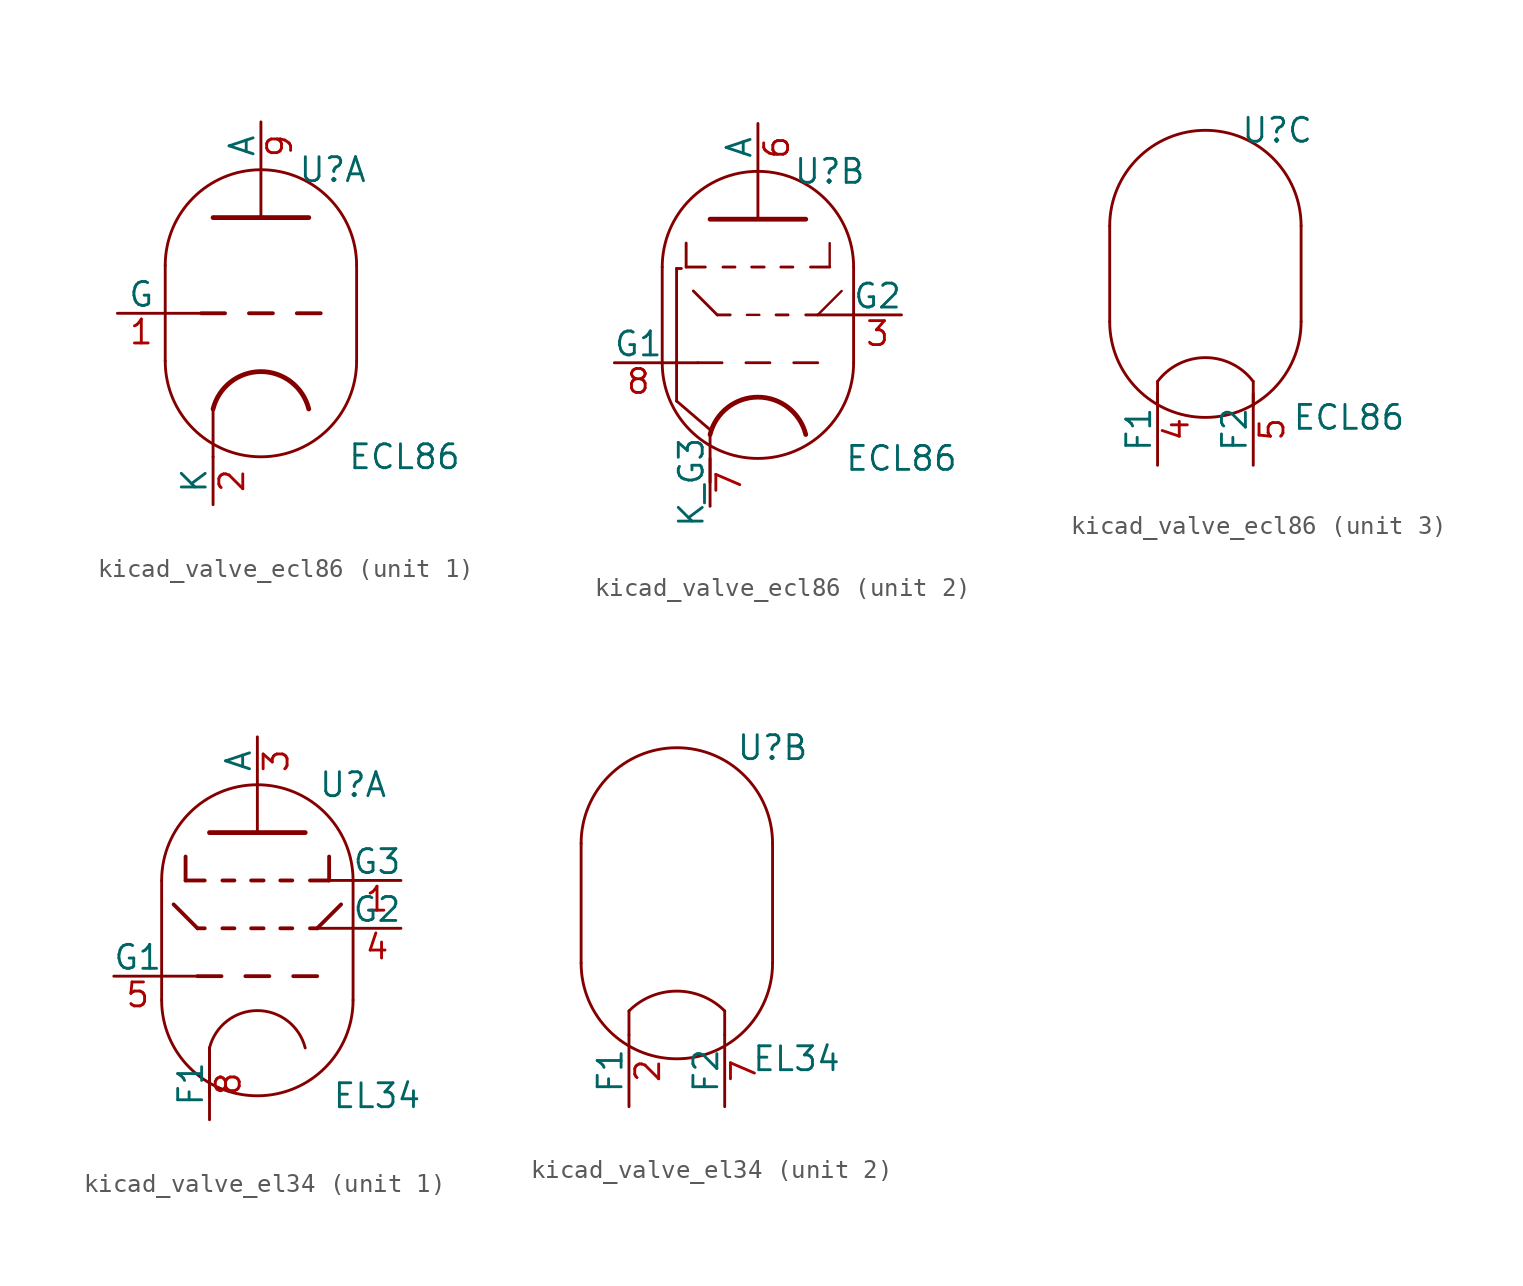
<source format=kicad_sym>
(kicad_symbol_lib
  (version 20220914)
  (generator kicad_symbol_editor)
  (symbol "kicad_valve_ecl86"
    (pin_names
      (offset 0))
    (property "Reference" "U"
      (at 3.81 7.62 0)
      (effects (font (size 1.27 1.27))))
    (property "Value" "ECL86"
      (at 7.62 -7.62 0)
      (effects (font (size 1.27 1.27))))
    (property "ki_locked" ""
      (at 0 0 0)
      (effects (font (size 1.27 1.27))))
    (symbol "kicad_valve_ecl86_0_1"
      (arc (start -5.08 -2.54) (mid 0 -7.5979) (end 5.08 -2.54) (stroke (width 0) (type default)) (fill (type none)))
      (polyline (pts (xy 5.08 2.54) (xy 5.08 -2.54)) (stroke (width 0) (type default)) (fill (type none)))
      (polyline (pts (xy -5.08 2.54) (xy -5.08 -2.54) (xy -5.08 -2.54) (xy -5.08 -2.54) (xy -5.08 -2.54)) (stroke (width 0) (type default)) (fill (type none)))
      (arc (start 5.08 2.54) (mid 0 7.5979) (end -5.08 2.54) (stroke (width 0) (type default)) (fill (type none))))
    (symbol "kicad_valve_ecl86_1_1"
      (polyline (pts (xy -5.08 0) (xy -3.175 0)) (stroke (width 0) (type default)) (fill (type none)))
      (polyline (pts (xy -2.54 -5.08) (xy -2.54 -7.62)) (stroke (width 0) (type default)) (fill (type none)))
      (polyline (pts (xy -1.905 0) (xy -3.175 0)) (stroke (width 0.203) (type default)) (fill (type none)))
      (polyline (pts (xy -0.635 0) (xy 0.635 0)) (stroke (width 0.203) (type default)) (fill (type none)))
      (polyline (pts (xy 0 5.08) (xy 0 7.62)) (stroke (width 0) (type default)) (fill (type none)))
      (polyline (pts (xy 1.905 0) (xy 3.175 0)) (stroke (width 0.203) (type default)) (fill (type none)))
      (polyline (pts (xy -2.54 5.08) (xy 2.54 5.08) (xy 2.54 5.08)) (stroke (width 0.254) (type default)) (fill (type none)))
      (arc (start 2.54 -5.08) (mid 0 -3.0968) (end -2.54 -5.08) (stroke (width 0.254) (type default)) (fill (type none)))
      (pin input line (at -7.62 0 0) (length 2.54) (name "G" (effects (font (size 1.27 1.27)))) (number "1" (effects (font (size 1.27 1.27)))))
      (pin bidirectional line (at -2.54 -10.16 90) (length 2.54) (name "K" (effects (font (size 1.27 1.27)))) (number "2" (effects (font (size 1.27 1.27)))))
      (pin output line (at 0 10.16 270) (length 2.54) (name "A" (effects (font (size 1.27 1.27)))) (number "9" (effects (font (size 1.27 1.27))))))
    (symbol "kicad_valve_ecl86_2_0"
      (polyline (pts (xy -2.54 -6.35) (xy -2.54 -8.89)) (stroke (width 0) (type default)) (fill (type none)))
      (polyline (pts (xy -0.635 -2.54) (xy 0.635 -2.54)) (stroke (width 0.152) (type default)) (fill (type none)))
      (polyline (pts (xy 3.175 0) (xy 5.08 0)) (stroke (width 0) (type default)) (fill (type none))))
    (symbol "kicad_valve_ecl86_2_1"
      (polyline (pts (xy -5.08 -2.54) (xy -3.175 -2.54)) (stroke (width 0) (type default)) (fill (type none)))
      (polyline (pts (xy -4.318 -4.572) (xy -4.318 2.464)) (stroke (width 0.152) (type default)) (fill (type none)))
      (polyline (pts (xy -4.318 -4.572) (xy -2.54 -6.096)) (stroke (width 0.152) (type default)) (fill (type none)))
      (polyline (pts (xy -4.064 2.464) (xy -4.318 2.464)) (stroke (width 0.152) (type default)) (fill (type none)))
      (polyline (pts (xy -3.81 2.54) (xy -2.794 2.54)) (stroke (width 0.152) (type default)) (fill (type none)))
      (polyline (pts (xy -3.81 3.81) (xy -3.81 2.54)) (stroke (width 0.152) (type default)) (fill (type none)))
      (polyline (pts (xy -3.429 1.27) (xy -2.159 0)) (stroke (width 0.152) (type default)) (fill (type none)))
      (polyline (pts (xy -2.159 0) (xy -1.473 0)) (stroke (width 0.152) (type default)) (fill (type none)))
      (polyline (pts (xy -1.905 -2.54) (xy -3.175 -2.54)) (stroke (width 0.152) (type default)) (fill (type none)))
      (polyline (pts (xy -1.854 2.54) (xy -1.219 2.54)) (stroke (width 0.152) (type default)) (fill (type none)))
      (polyline (pts (xy -0.584 0) (xy 0.076 0)) (stroke (width 0.127) (type default)) (fill (type none)))
      (polyline (pts (xy -0.33 2.54) (xy 0.33 2.54)) (stroke (width 0.152) (type default)) (fill (type none)))
      (polyline (pts (xy 0 5.08) (xy 0 7.62)) (stroke (width 0) (type default)) (fill (type none)))
      (polyline (pts (xy 0.965 0) (xy 1.6 0)) (stroke (width 0.152) (type default)) (fill (type none)))
      (polyline (pts (xy 1.219 2.54) (xy 1.854 2.54)) (stroke (width 0.152) (type default)) (fill (type none)))
      (polyline (pts (xy 1.905 -2.54) (xy 3.175 -2.54)) (stroke (width 0.152) (type default)) (fill (type none)))
      (polyline (pts (xy 2.54 0) (xy 3.175 0)) (stroke (width 0.152) (type default)) (fill (type none)))
      (polyline (pts (xy 3.81 2.54) (xy 2.794 2.54)) (stroke (width 0.152) (type default)) (fill (type none)))
      (polyline (pts (xy 3.81 3.81) (xy 3.81 2.54)) (stroke (width 0.127) (type default)) (fill (type none)))
      (polyline (pts (xy 4.445 1.27) (xy 3.175 0)) (stroke (width 0.127) (type default)) (fill (type none)))
      (polyline (pts (xy -2.54 5.08) (xy 2.54 5.08) (xy 2.54 5.08)) (stroke (width 0.254) (type default)) (fill (type none)))
      (arc (start 2.54 -6.35) (mid 0 -4.3668) (end -2.54 -6.35) (stroke (width 0.254) (type default)) (fill (type none)))
      (pin input line (at 7.62 0 180) (length 2.54) (name "G2" (effects (font (size 1.27 1.27)))) (number "3" (effects (font (size 1.27 1.27)))))
      (pin output line (at 0 10.16 270) (length 2.54) (name "A" (effects (font (size 1.27 1.27)))) (number "6" (effects (font (size 1.27 1.27)))))
      (pin bidirectional line (at -2.54 -10.16 90) (length 2.54) (name "K_G3" (effects (font (size 1.27 1.27)))) (number "7" (effects (font (size 1.27 1.27)))))
      (pin input line (at -7.62 -2.54 0) (length 2.54) (name "G1" (effects (font (size 1.27 1.27)))) (number "8" (effects (font (size 1.27 1.27))))))
    (symbol "kicad_valve_ecl86_3_1"
      (polyline (pts (xy -2.54 -6.985) (xy -2.54 -5.715) (xy -2.54 -5.715)) (stroke (width 0) (type default)) (fill (type none)))
      (polyline (pts (xy 2.54 -6.985) (xy 2.54 -5.715) (xy 2.54 -5.715)) (stroke (width 0) (type default)) (fill (type none)))
      (arc (start 2.54 -5.715) (mid 0 -4.445) (end -2.54 -5.715) (stroke (width 0) (type default)) (fill (type none)))
      (pin power_in line (at -2.54 -10.16 90) (length 3.81) (name "F1" (effects (font (size 1.27 1.27)))) (number "4" (effects (font (size 1.27 1.27)))))
      (pin power_in line (at 2.54 -10.16 90) (length 3.81) (name "F2" (effects (font (size 1.27 1.27)))) (number "5" (effects (font (size 1.27 1.27)))))))
  (symbol "kicad_valve_el34"
    (pin_names
      (offset 0))
    (property "Reference" "U"
      (at 5.08 8.89 0)
      (effects (font (size 1.27 1.27))))
    (property "Value" "EL34"
      (at 6.35 -7.62 0)
      (effects (font (size 1.27 1.27))))
    (property "ki_locked" ""
      (at 0 0 0)
      (effects (font (size 1.27 1.27))))
    (symbol "kicad_valve_el34_0_1"
      (arc (start -5.08 -2.54) (mid 0 -7.5979) (end 5.08 -2.54) (stroke (width 0) (type default)) (fill (type none)))
      (polyline (pts (xy -5.08 3.81) (xy -5.08 -2.54) (xy -5.08 -2.54)) (stroke (width 0) (type default)) (fill (type none)))
      (polyline (pts (xy 5.08 3.81) (xy 5.08 -2.54) (xy 5.08 -2.54)) (stroke (width 0) (type default)) (fill (type none)))
      (arc (start 5.08 3.81) (mid 0 8.8679) (end -5.08 3.81) (stroke (width 0) (type default)) (fill (type none))))
    (symbol "kicad_valve_el34_1_0"
      (polyline (pts (xy -2.54 -5.08) (xy -2.54 -7.62)) (stroke (width 0) (type default)) (fill (type none))))
    (symbol "kicad_valve_el34_1_1"
      (polyline (pts (xy -5.08 -1.27) (xy -3.175 -1.27)) (stroke (width 0) (type default)) (fill (type none)))
      (polyline (pts (xy -4.445 2.54) (xy -3.175 1.27)) (stroke (width 0.203) (type default)) (fill (type none)))
      (polyline (pts (xy -3.81 3.81) (xy -2.794 3.81)) (stroke (width 0.203) (type default)) (fill (type none)))
      (polyline (pts (xy -3.81 5.08) (xy -3.81 3.81)) (stroke (width 0.203) (type default)) (fill (type none)))
      (polyline (pts (xy -3.175 1.27) (xy -2.794 1.27)) (stroke (width 0.203) (type default)) (fill (type none)))
      (polyline (pts (xy -1.905 -1.27) (xy -3.175 -1.27)) (stroke (width 0.203) (type default)) (fill (type none)))
      (polyline (pts (xy -1.854 1.27) (xy -1.219 1.27)) (stroke (width 0.203) (type default)) (fill (type none)))
      (polyline (pts (xy -1.854 3.81) (xy -1.219 3.81)) (stroke (width 0.203) (type default)) (fill (type none)))
      (polyline (pts (xy -0.635 -1.27) (xy 0.635 -1.27)) (stroke (width 0.203) (type default)) (fill (type none)))
      (polyline (pts (xy -0.33 1.27) (xy 0.33 1.27)) (stroke (width 0.203) (type default)) (fill (type none)))
      (polyline (pts (xy -0.33 3.81) (xy 0.33 3.81)) (stroke (width 0.203) (type default)) (fill (type none)))
      (polyline (pts (xy 0 6.35) (xy 0 8.89)) (stroke (width 0) (type default)) (fill (type none)))
      (polyline (pts (xy 1.219 1.27) (xy 1.854 1.27)) (stroke (width 0.203) (type default)) (fill (type none)))
      (polyline (pts (xy 1.219 3.81) (xy 1.854 3.81)) (stroke (width 0.203) (type default)) (fill (type none)))
      (polyline (pts (xy 1.905 -1.27) (xy 3.175 -1.27)) (stroke (width 0.203) (type default)) (fill (type none)))
      (polyline (pts (xy 2.794 1.27) (xy 3.175 1.27)) (stroke (width 0.203) (type default)) (fill (type none)))
      (polyline (pts (xy 3.175 1.27) (xy 5.08 1.27)) (stroke (width 0) (type default)) (fill (type none)))
      (polyline (pts (xy 3.81 3.81) (xy 2.794 3.81)) (stroke (width 0.203) (type default)) (fill (type none)))
      (polyline (pts (xy 3.81 5.08) (xy 3.81 3.81)) (stroke (width 0.203) (type default)) (fill (type none)))
      (polyline (pts (xy 3.886 3.81) (xy 5.08 3.81)) (stroke (width 0) (type default)) (fill (type none)))
      (polyline (pts (xy 4.445 2.54) (xy 3.175 1.27)) (stroke (width 0.203) (type default)) (fill (type none)))
      (polyline (pts (xy -2.54 6.35) (xy 2.54 6.35) (xy 2.54 6.35) (xy 2.54 6.35)) (stroke (width 0.254) (type default)) (fill (type none)))
      (arc (start 2.54 -5.08) (mid 0 -3.0968) (end -2.54 -5.08) (stroke (width 0) (type default)) (fill (type none)))
      (pin input line (at 7.62 3.81 180) (length 2.54) (name "G3" (effects (font (size 1.27 1.27)))) (number "1" (effects (font (size 1.27 1.27)))))
      (pin output line (at 0 11.43 270) (length 2.54) (name "A" (effects (font (size 1.27 1.27)))) (number "3" (effects (font (size 1.27 1.27)))))
      (pin input line (at 7.62 1.27 180) (length 2.54) (name "G2" (effects (font (size 1.27 1.27)))) (number "4" (effects (font (size 1.27 1.27)))))
      (pin input line (at -7.62 -1.27 0) (length 2.54) (name "G1" (effects (font (size 1.27 1.27)))) (number "5" (effects (font (size 1.27 1.27)))))
      (pin power_in line (at -2.54 -8.89 90) (length 3.81) (name "F1" (effects (font (size 1.27 1.27)))) (number "8" (effects (font (size 1.27 1.27))))))
    (symbol "kicad_valve_el34_2_1"
      (polyline (pts (xy -2.54 -6.35) (xy -2.54 -5.08) (xy -2.54 -5.08)) (stroke (width 0) (type default)) (fill (type none)))
      (polyline (pts (xy 2.54 -6.35) (xy 2.54 -5.08) (xy 2.54 -5.08)) (stroke (width 0) (type default)) (fill (type none)))
      (arc (start 2.54 -5.08) (mid 0 -4.0279) (end -2.54 -5.08) (stroke (width 0) (type default)) (fill (type none)))
      (pin power_in line (at -2.54 -10.16 90) (length 3.81) (name "F1" (effects (font (size 1.27 1.27)))) (number "2" (effects (font (size 1.27 1.27)))))
      (pin power_in line (at 2.54 -10.16 90) (length 3.81) (name "F2" (effects (font (size 1.27 1.27)))) (number "7" (effects (font (size 1.27 1.27))))))))
</source>
